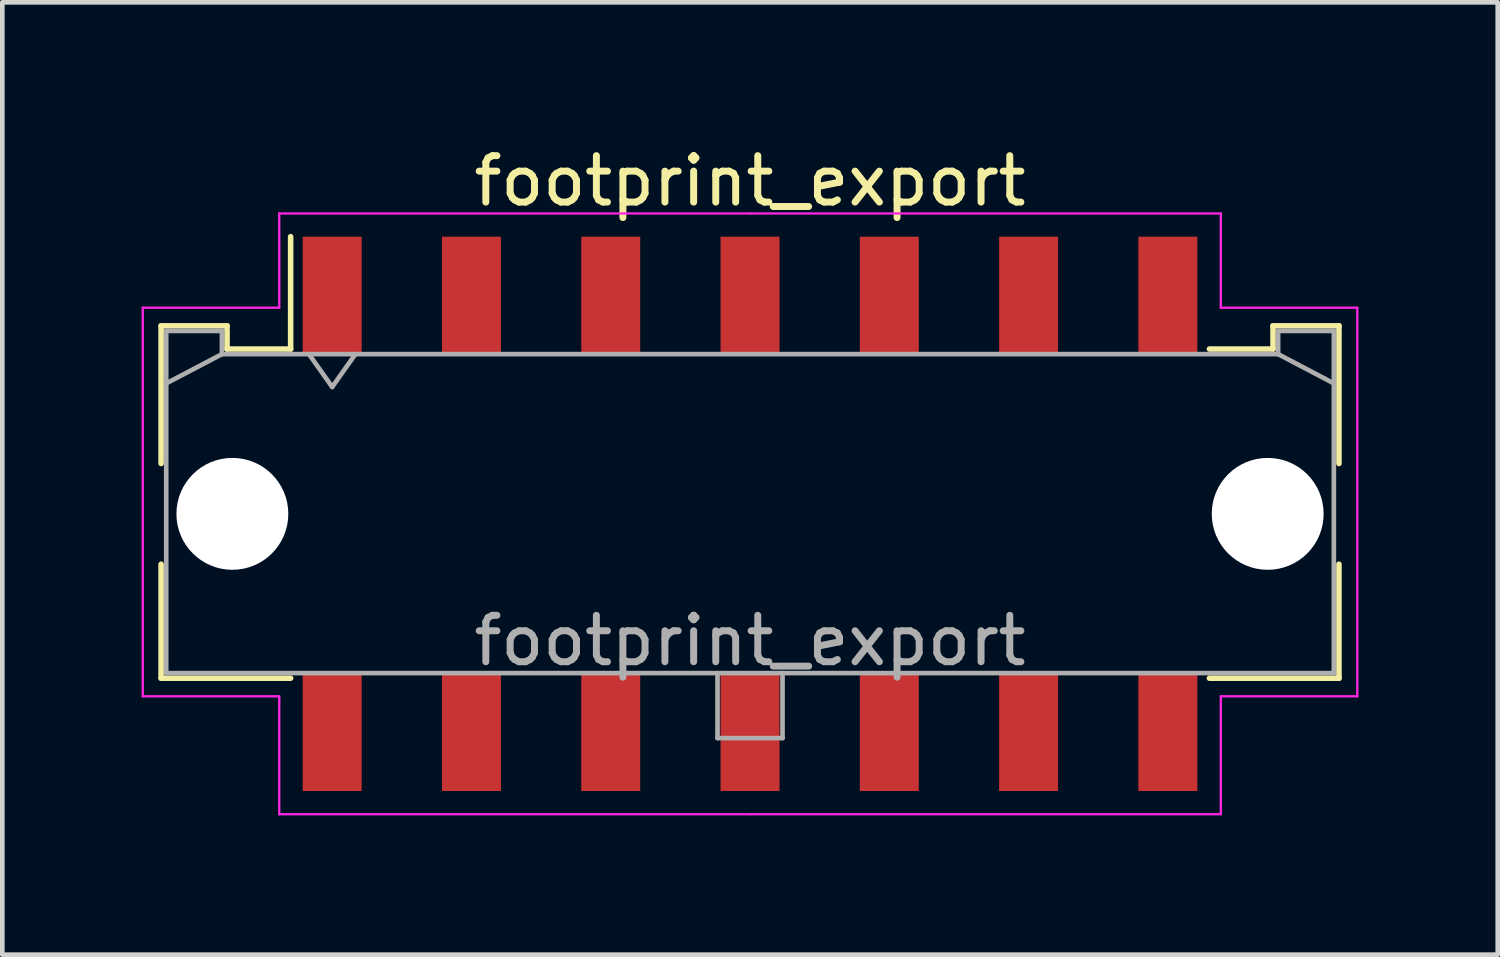
<source format=kicad_pcb>
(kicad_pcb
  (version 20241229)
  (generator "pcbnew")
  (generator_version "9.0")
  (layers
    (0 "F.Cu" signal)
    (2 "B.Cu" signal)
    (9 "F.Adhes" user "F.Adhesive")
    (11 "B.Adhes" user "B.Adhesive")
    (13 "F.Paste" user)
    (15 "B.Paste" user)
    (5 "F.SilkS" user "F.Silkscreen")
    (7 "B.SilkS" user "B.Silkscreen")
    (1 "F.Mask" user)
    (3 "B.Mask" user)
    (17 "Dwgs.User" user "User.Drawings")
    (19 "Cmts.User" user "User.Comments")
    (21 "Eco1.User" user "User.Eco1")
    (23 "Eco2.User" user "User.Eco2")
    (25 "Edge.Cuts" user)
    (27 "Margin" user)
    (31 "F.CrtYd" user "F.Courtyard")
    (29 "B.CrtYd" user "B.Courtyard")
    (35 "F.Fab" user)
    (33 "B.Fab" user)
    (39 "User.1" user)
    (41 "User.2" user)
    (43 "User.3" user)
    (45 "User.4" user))
  (footprint "footprint_export"
    (layer "F.Cu")
    (at 13.105 8.018)
    (property "Reference" "footprint_export" (at 0 -7.17 0) (layer "F.SilkS") (effects (font (size 1 1) (thickness 0.15))))
    (attr smd)
    (fp_line (start -12.685 -4.05) (end -11.265 -4.05) (stroke (width 0.12) (type solid)) (layer "F.SilkS"))
    (fp_line (start -12.685 -1.085) (end -12.685 -4.05) (stroke (width 0.12) (type solid)) (layer "F.SilkS"))
    (fp_line (start -12.685 1.085) (end -12.685 3.54) (stroke (width 0.12) (type solid)) (layer "F.SilkS"))
    (fp_line (start -12.685 3.54) (end -9.895 3.54) (stroke (width 0.12) (type solid)) (layer "F.SilkS"))
    (fp_line (start -11.265 -4.05) (end -11.265 -3.55) (stroke (width 0.12) (type solid)) (layer "F.SilkS"))
    (fp_line (start -11.265 -3.55) (end -9.895 -3.55) (stroke (width 0.12) (type solid)) (layer "F.SilkS"))
    (fp_line (start -9.895 -3.55) (end -9.895 -5.97) (stroke (width 0.12) (type solid)) (layer "F.SilkS"))
    (fp_line (start 11.265 -4.05) (end 11.265 -3.55) (stroke (width 0.12) (type solid)) (layer "F.SilkS"))
    (fp_line (start 11.265 -3.55) (end 9.895 -3.55) (stroke (width 0.12) (type solid)) (layer "F.SilkS"))
    (fp_line (start 12.685 -4.05) (end 11.265 -4.05) (stroke (width 0.12) (type solid)) (layer "F.SilkS"))
    (fp_line (start 12.685 -1.085) (end 12.685 -4.05) (stroke (width 0.12) (type solid)) (layer "F.SilkS"))
    (fp_line (start 12.685 1.085) (end 12.685 3.54) (stroke (width 0.12) (type solid)) (layer "F.SilkS"))
    (fp_line (start 12.685 3.54) (end 9.895 3.54) (stroke (width 0.12) (type solid)) (layer "F.SilkS"))
    (fp_line (start -13.08 -4.44) (end -13.08 3.93) (stroke (width 0.05) (type solid)) (layer "F.CrtYd"))
    (fp_line (start -13.08 3.93) (end -10.14 3.93) (stroke (width 0.05) (type solid)) (layer "F.CrtYd"))
    (fp_line (start -10.14 -6.47) (end -10.14 -4.44) (stroke (width 0.05) (type solid)) (layer "F.CrtYd"))
    (fp_line (start -10.14 -4.44) (end -13.08 -4.44) (stroke (width 0.05) (type solid)) (layer "F.CrtYd"))
    (fp_line (start -10.14 3.93) (end -10.14 6.47) (stroke (width 0.05) (type solid)) (layer "F.CrtYd"))
    (fp_line (start -10.14 6.47) (end 0 6.47) (stroke (width 0.05) (type solid)) (layer "F.CrtYd"))
    (fp_line (start 0 -6.47) (end -10.14 -6.47) (stroke (width 0.05) (type solid)) (layer "F.CrtYd"))
    (fp_line (start 0 -6.47) (end 10.14 -6.47) (stroke (width 0.05) (type solid)) (layer "F.CrtYd"))
    (fp_line (start 10.14 -6.47) (end 10.14 -4.44) (stroke (width 0.05) (type solid)) (layer "F.CrtYd"))
    (fp_line (start 10.14 -4.44) (end 13.08 -4.44) (stroke (width 0.05) (type solid)) (layer "F.CrtYd"))
    (fp_line (start 10.14 3.93) (end 10.14 6.47) (stroke (width 0.05) (type solid)) (layer "F.CrtYd"))
    (fp_line (start 10.14 6.47) (end 0 6.47) (stroke (width 0.05) (type solid)) (layer "F.CrtYd"))
    (fp_line (start 13.08 -4.44) (end 13.08 3.93) (stroke (width 0.05) (type solid)) (layer "F.CrtYd"))
    (fp_line (start 13.08 3.93) (end 10.14 3.93) (stroke (width 0.05) (type solid)) (layer "F.CrtYd"))
    (fp_line (start -12.575 -3.94) (end -12.575 3.43) (stroke (width 0.1) (type solid)) (layer "F.Fab"))
    (fp_line (start -12.575 -2.81) (end -11.375 -3.44) (stroke (width 0.1) (type solid)) (layer "F.Fab"))
    (fp_line (start -12.575 3.43) (end 12.575 3.43) (stroke (width 0.1) (type solid)) (layer "F.Fab"))
    (fp_line (start -11.375 -3.94) (end -12.575 -3.94) (stroke (width 0.1) (type solid)) (layer "F.Fab"))
    (fp_line (start -11.375 -3.44) (end -11.375 -3.94) (stroke (width 0.1) (type solid)) (layer "F.Fab"))
    (fp_line (start -9.5 -3.44) (end -9 -2.733) (stroke (width 0.1) (type solid)) (layer "F.Fab"))
    (fp_line (start -9 -2.733) (end -8.5 -3.44) (stroke (width 0.1) (type solid)) (layer "F.Fab"))
    (fp_line (start -0.7 3.43) (end -0.7 4.83) (stroke (width 0.1) (type solid)) (layer "F.Fab"))
    (fp_line (start -0.7 4.83) (end 0.7 4.83) (stroke (width 0.1) (type solid)) (layer "F.Fab"))
    (fp_line (start 0.7 4.83) (end 0.7 3.43) (stroke (width 0.1) (type solid)) (layer "F.Fab"))
    (fp_line (start 11.375 -3.94) (end 11.375 -3.44) (stroke (width 0.1) (type solid)) (layer "F.Fab"))
    (fp_line (start 11.375 -3.44) (end -11.375 -3.44) (stroke (width 0.1) (type solid)) (layer "F.Fab"))
    (fp_line (start 12.575 -3.94) (end 11.375 -3.94) (stroke (width 0.1) (type solid)) (layer "F.Fab"))
    (fp_line (start 12.575 -2.81) (end 11.375 -3.44) (stroke (width 0.1) (type solid)) (layer "F.Fab"))
    (fp_line (start 12.575 3.43) (end 12.575 -3.94) (stroke (width 0.1) (type solid)) (layer "F.Fab"))
    (fp_text user "${REFERENCE}" (at 0 2.73 0) (layer "F.Fab") (effects (font (size 1 1) (thickness 0.15))))
    (pad "" np_thru_hole circle (at -11.15 0) (size 2.41 2.41) (drill 2.41) (layers "*.Cu" "*.Mask"))
    (pad "" np_thru_hole circle (at 11.15 0) (size 2.41 2.41) (drill 2.41) (layers "*.Cu" "*.Mask"))
    (pad "1" smd rect (at -9 -4.7) (size 1.27 2.54) (layers "F.Cu" "F.Mask" "F.Paste"))
    (pad "2" smd rect (at -6 -4.7) (size 1.27 2.54) (layers "F.Cu" "F.Mask" "F.Paste"))
    (pad "3" smd rect (at -3 -4.7) (size 1.27 2.54) (layers "F.Cu" "F.Mask" "F.Paste"))
    (pad "4" smd rect (at 0 -4.7) (size 1.27 2.54) (layers "F.Cu" "F.Mask" "F.Paste"))
    (pad "5" smd rect (at 3 -4.7) (size 1.27 2.54) (layers "F.Cu" "F.Mask" "F.Paste"))
    (pad "6" smd rect (at 6 -4.7) (size 1.27 2.54) (layers "F.Cu" "F.Mask" "F.Paste"))
    (pad "7" smd rect (at 9 -4.7) (size 1.27 2.54) (layers "F.Cu" "F.Mask" "F.Paste"))
    (pad "8" smd rect (at -9 4.7) (size 1.27 2.54) (layers "F.Cu" "F.Mask" "F.Paste"))
    (pad "9" smd rect (at -6 4.7) (size 1.27 2.54) (layers "F.Cu" "F.Mask" "F.Paste"))
    (pad "10" smd rect (at -3 4.7) (size 1.27 2.54) (layers "F.Cu" "F.Mask" "F.Paste"))
    (pad "11" smd rect (at 0 4.7) (size 1.27 2.54) (layers "F.Cu" "F.Mask" "F.Paste"))
    (pad "12" smd rect (at 3 4.7) (size 1.27 2.54) (layers "F.Cu" "F.Mask" "F.Paste"))
    (pad "13" smd rect (at 6 4.7) (size 1.27 2.54) (layers "F.Cu" "F.Mask" "F.Paste"))
    (pad "14" smd rect (at 9 4.7) (size 1.27 2.54) (layers "F.Cu" "F.Mask" "F.Paste")))
  (gr_rect
    (start -3 -3)
    (end 29.21 17.513)
    (stroke (width 0.1) (type default))
    (fill no)
    (layer "Edge.Cuts")))
</source>
